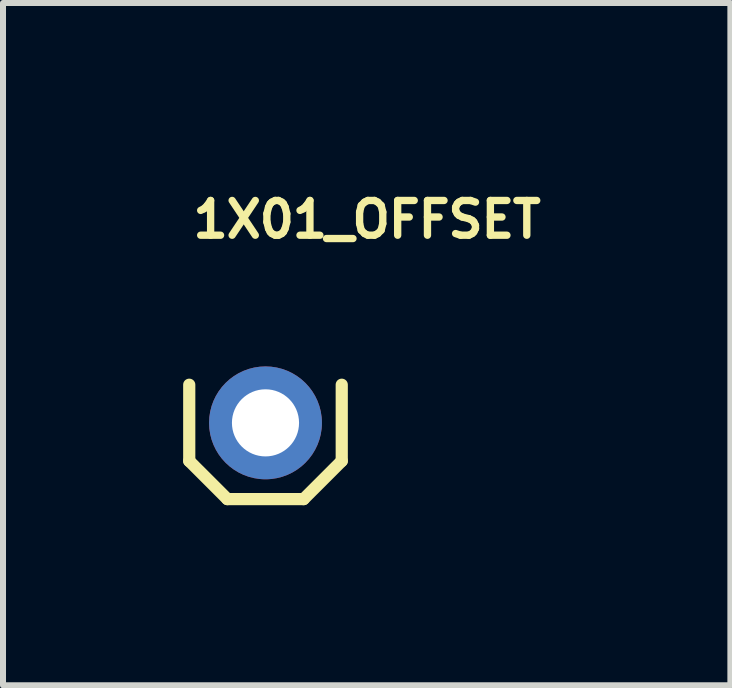
<source format=kicad_pcb>
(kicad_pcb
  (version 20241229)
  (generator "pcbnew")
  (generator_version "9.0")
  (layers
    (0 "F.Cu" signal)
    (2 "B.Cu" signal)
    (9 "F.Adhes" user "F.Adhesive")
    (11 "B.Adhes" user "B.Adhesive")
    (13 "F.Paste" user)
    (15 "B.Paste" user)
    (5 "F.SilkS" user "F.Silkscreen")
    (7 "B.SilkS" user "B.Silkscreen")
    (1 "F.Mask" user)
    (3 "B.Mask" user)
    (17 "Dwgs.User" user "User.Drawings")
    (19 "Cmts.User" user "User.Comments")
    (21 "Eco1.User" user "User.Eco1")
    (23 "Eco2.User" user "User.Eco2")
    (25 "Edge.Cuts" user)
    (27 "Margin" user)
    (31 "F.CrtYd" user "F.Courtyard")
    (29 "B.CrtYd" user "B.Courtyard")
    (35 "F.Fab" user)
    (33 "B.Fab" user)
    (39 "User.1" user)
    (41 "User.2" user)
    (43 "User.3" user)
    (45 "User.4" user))
  (footprint "1X01_OFFSET"
    (layer "F.Cu")
    (at 1.372 3.993)
    (property "Reference" "1X01_OFFSET" (at -1.27 -3.048 0) (layer "F.SilkS") (effects (font (size 0.579 0.579) (thickness 0.122)) (justify left bottom)))
    (attr through_hole)
    (fp_line (start -1.27 -0.635) (end -1.27 0.635) (stroke (width 0.203) (type solid)) (layer "F.SilkS"))
    (fp_line (start -1.27 0.635) (end -0.635 1.27) (stroke (width 0.203) (type solid)) (layer "F.SilkS"))
    (fp_line (start -0.635 1.27) (end 0.635 1.27) (stroke (width 0.203) (type solid)) (layer "F.SilkS"))
    (fp_line (start 0.635 1.27) (end 1.27 0.635) (stroke (width 0.203) (type solid)) (layer "F.SilkS"))
    (fp_line (start 1.27 0.635) (end 1.27 -0.635) (stroke (width 0.203) (type solid)) (layer "F.SilkS"))
    (fp_poly (pts (xy -0.254 0.254) (xy 0.254 0.254) (xy 0.254 -0.254) (xy -0.254 -0.254)) (stroke (width 0.1) (type solid)) (fill no) (layer "F.Fab"))
    (pad "1" thru_hole circle (at 0 0 90) (size 1.88 1.88) (drill 1.118) (layers "*.Cu" "*.Mask")))
  (gr_rect
    (start -3 -3)
    (end 9.115 8.364)
    (stroke (width 0.1) (type default))
    (fill no)
    (layer "Edge.Cuts")))
</source>
